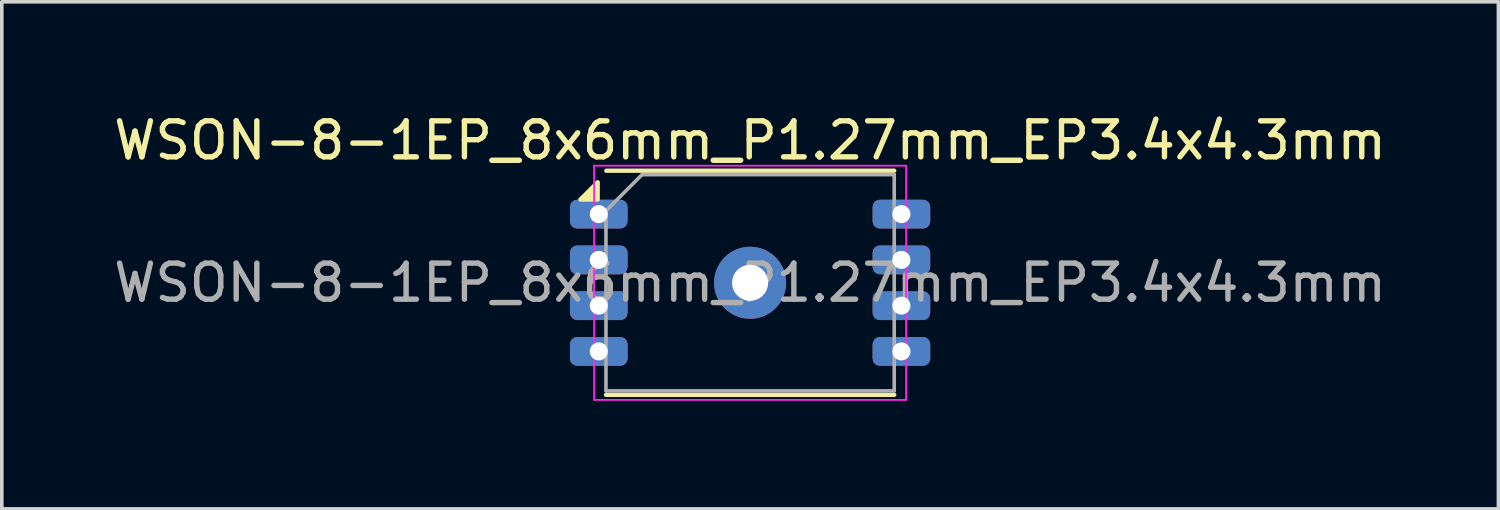
<source format=kicad_pcb>
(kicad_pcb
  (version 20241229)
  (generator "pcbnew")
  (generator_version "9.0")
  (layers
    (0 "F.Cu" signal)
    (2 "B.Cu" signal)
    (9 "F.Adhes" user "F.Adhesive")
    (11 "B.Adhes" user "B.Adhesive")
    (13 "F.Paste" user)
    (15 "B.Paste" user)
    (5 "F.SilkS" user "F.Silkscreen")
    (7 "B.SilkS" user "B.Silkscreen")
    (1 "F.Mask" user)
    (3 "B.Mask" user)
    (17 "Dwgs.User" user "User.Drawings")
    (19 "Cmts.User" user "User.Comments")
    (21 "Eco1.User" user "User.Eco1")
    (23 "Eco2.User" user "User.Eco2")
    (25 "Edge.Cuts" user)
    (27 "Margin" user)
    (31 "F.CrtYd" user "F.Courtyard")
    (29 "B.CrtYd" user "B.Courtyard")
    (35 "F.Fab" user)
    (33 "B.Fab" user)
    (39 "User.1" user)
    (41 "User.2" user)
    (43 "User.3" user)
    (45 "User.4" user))
  (footprint "WSON-8-1EP_8x6mm_P1.27mm_EP3.4x4.3mm"
    (layer "F.Cu")
    (at 17.768 4.798)
    (property "Reference" "WSON-8-1EP_8x6mm_P1.27mm_EP3.4x4.3mm" (at 0 -3.95 0) (layer "F.SilkS") (effects (font (size 1 1) (thickness 0.15))))
    (attr smd)
    (fp_line (start -4 3.11) (end 4 3.11) (stroke (width 0.12) (type solid)) (layer "F.SilkS"))
    (fp_line (start -3.99 -3.11) (end 4 -3.11) (stroke (width 0.12) (type solid)) (layer "F.SilkS"))
    (fp_poly (pts (xy -4.23 -2.31) (xy -4.71 -2.31) (xy -4.23 -2.79) (xy -4.23 -2.31)) (stroke (width 0.12) (type solid)) (fill yes) (layer "F.SilkS"))
    (fp_line (start -4.33 -3.25) (end -4.33 3.25) (stroke (width 0.05) (type solid)) (layer "F.CrtYd"))
    (fp_line (start -4.33 3.25) (end 4.33 3.25) (stroke (width 0.05) (type solid)) (layer "F.CrtYd"))
    (fp_line (start 4.33 -3.25) (end -4.33 -3.25) (stroke (width 0.05) (type solid)) (layer "F.CrtYd"))
    (fp_line (start 4.33 3.25) (end 4.33 -3.25) (stroke (width 0.05) (type solid)) (layer "F.CrtYd"))
    (fp_line (start -4 -2) (end -3 -3) (stroke (width 0.1) (type solid)) (layer "F.Fab"))
    (fp_line (start -4 3) (end -4 -2) (stroke (width 0.1) (type solid)) (layer "F.Fab"))
    (fp_line (start -3 -3) (end 4 -3) (stroke (width 0.1) (type solid)) (layer "F.Fab"))
    (fp_line (start 4 -3) (end 4 3) (stroke (width 0.1) (type solid)) (layer "F.Fab"))
    (fp_line (start 4 3) (end -4 3) (stroke (width 0.1) (type solid)) (layer "F.Fab"))
    (fp_text user "${REFERENCE}" (at 0 0 0) (layer "F.Fab") (effects (font (size 1 1) (thickness 0.15))))
    (pad "1" thru_hole roundrect (at -4.2 -1.905) (size 1.6 0.8) (drill 0.5) (layers "*.Cu" "*.Mask") (roundrect_rratio 0.25))
    (pad "2" thru_hole roundrect (at -4.2 -0.635) (size 1.6 0.8) (drill 0.5) (layers "*.Cu" "*.Mask") (roundrect_rratio 0.25))
    (pad "3" thru_hole roundrect (at -4.2 0.635) (size 1.6 0.8) (drill 0.5) (layers "*.Cu" "*.Mask") (roundrect_rratio 0.25))
    (pad "4" thru_hole roundrect (at -4.2 1.905) (size 1.6 0.8) (drill 0.5) (layers "*.Cu" "*.Mask") (roundrect_rratio 0.25))
    (pad "5" thru_hole roundrect (at 4.2 1.905) (size 1.6 0.8) (drill 0.5) (layers "*.Cu" "*.Mask") (roundrect_rratio 0.25))
    (pad "6" thru_hole roundrect (at 4.2 0.635) (size 1.6 0.8) (drill 0.5) (layers "*.Cu" "*.Mask") (roundrect_rratio 0.25))
    (pad "7" thru_hole roundrect (at 4.2 -0.635) (size 1.6 0.8) (drill 0.5) (layers "*.Cu" "*.Mask") (roundrect_rratio 0.25))
    (pad "8" thru_hole roundrect (at 4.2 -1.905) (size 1.6 0.8) (drill 0.5) (layers "*.Cu" "*.Mask") (roundrect_rratio 0.25))
    (pad "9" thru_hole circle (at 0 0) (size 2 2) (drill 1) (property pad_prop_heatsink) (layers "*.Cu" "*.Mask")))
  (gr_rect
    (start -3 -3)
    (end 38.536 11.073)
    (stroke (width 0.1) (type default))
    (fill no)
    (layer "Edge.Cuts")))
</source>
